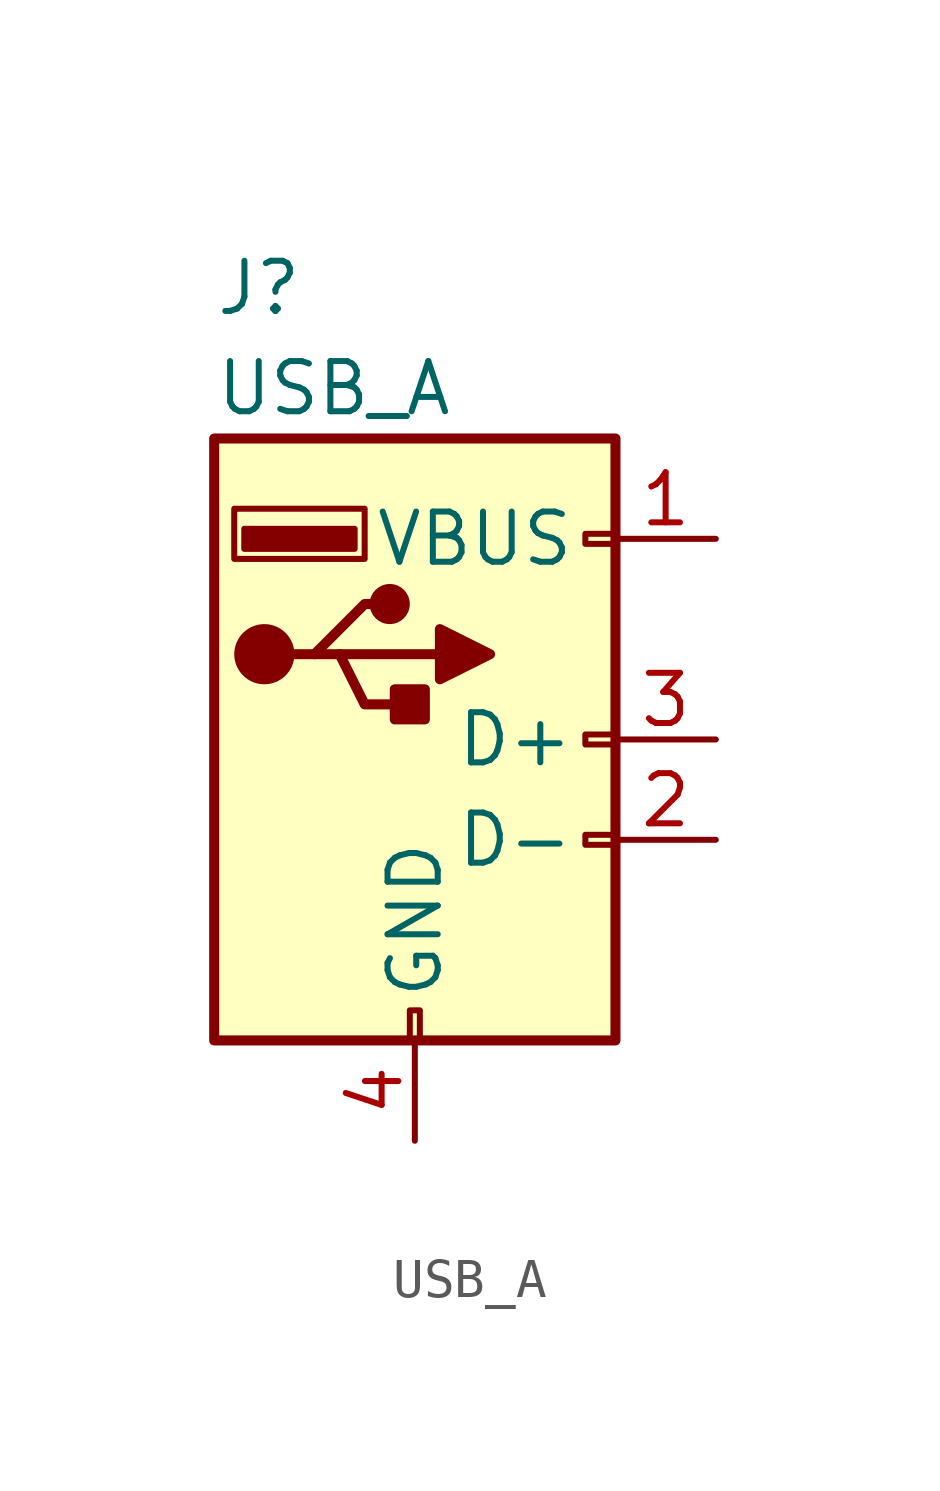
<source format=kicad_sym>
(kicad_symbol_lib
  (version 20220914)
  (generator kicad_symbol_editor)
  (symbol "USB_A"
    (pin_names
      (offset 1.016))
    (property "Reference" "J"
      (at -5.08 11.43 0)
      (effects (font (size 1.27 1.27)) (justify left)))
    (property "Value" "USB_A"
      (at -5.08 8.89 0)
      (effects (font (size 1.27 1.27)) (justify left)))
    (symbol "USB_A_0_1"
      (rectangle (start -5.08 -7.62) (end 5.08 7.62) (stroke (width 0.254) (type default)) (fill (type background)))
      (circle (center -3.81 2.159) (radius 0.635) (stroke (width 0.254) (type default)) (fill (type outline)))
      (rectangle (start -1.524 4.826) (end -4.318 5.334) (stroke (width 0) (type default)) (fill (type outline)))
      (rectangle (start -1.27 4.572) (end -4.572 5.842) (stroke (width 0) (type default)) (fill (type none)))
      (circle (center -0.635 3.429) (radius 0.381) (stroke (width 0.254) (type default)) (fill (type outline)))
      (rectangle (start -0.127 -7.62) (end 0.127 -6.858) (stroke (width 0) (type default)) (fill (type none)))
      (polyline (pts (xy -3.175 2.159) (xy -2.54 2.159) (xy -1.27 3.429) (xy -0.635 3.429)) (stroke (width 0.254) (type default)) (fill (type none)))
      (polyline (pts (xy -2.54 2.159) (xy -1.905 2.159) (xy -1.27 0.889) (xy 0 0.889)) (stroke (width 0.254) (type default)) (fill (type none)))
      (polyline (pts (xy 0.635 2.794) (xy 0.635 1.524) (xy 1.905 2.159) (xy 0.635 2.794)) (stroke (width 0.254) (type default)) (fill (type outline)))
      (rectangle (start 0.254 1.27) (end -0.508 0.508) (stroke (width 0.254) (type default)) (fill (type outline)))
      (rectangle (start 5.08 -2.667) (end 4.318 -2.413) (stroke (width 0) (type default)) (fill (type none)))
      (rectangle (start 5.08 -0.127) (end 4.318 0.127) (stroke (width 0) (type default)) (fill (type none)))
      (rectangle (start 5.08 4.953) (end 4.318 5.207) (stroke (width 0) (type default)) (fill (type none))))
    (symbol "USB_A_1_1"
      (polyline (pts (xy -1.905 2.159) (xy 0.635 2.159)) (stroke (width 0.254) (type default)) (fill (type none)))
      (pin power_in line (at 7.62 5.08 180) (length 2.54) (name "VBUS" (effects (font (size 1.27 1.27)))) (number "1" (effects (font (size 1.27 1.27)))))
      (pin bidirectional line (at 7.62 -2.54 180) (length 2.54) (name "D-" (effects (font (size 1.27 1.27)))) (number "2" (effects (font (size 1.27 1.27)))))
      (pin bidirectional line (at 7.62 0 180) (length 2.54) (name "D+" (effects (font (size 1.27 1.27)))) (number "3" (effects (font (size 1.27 1.27)))))
      (pin power_in line (at 0 -10.16 90) (length 2.54) (name "GND" (effects (font (size 1.27 1.27)))) (number "4" (effects (font (size 1.27 1.27))))))))
</source>
